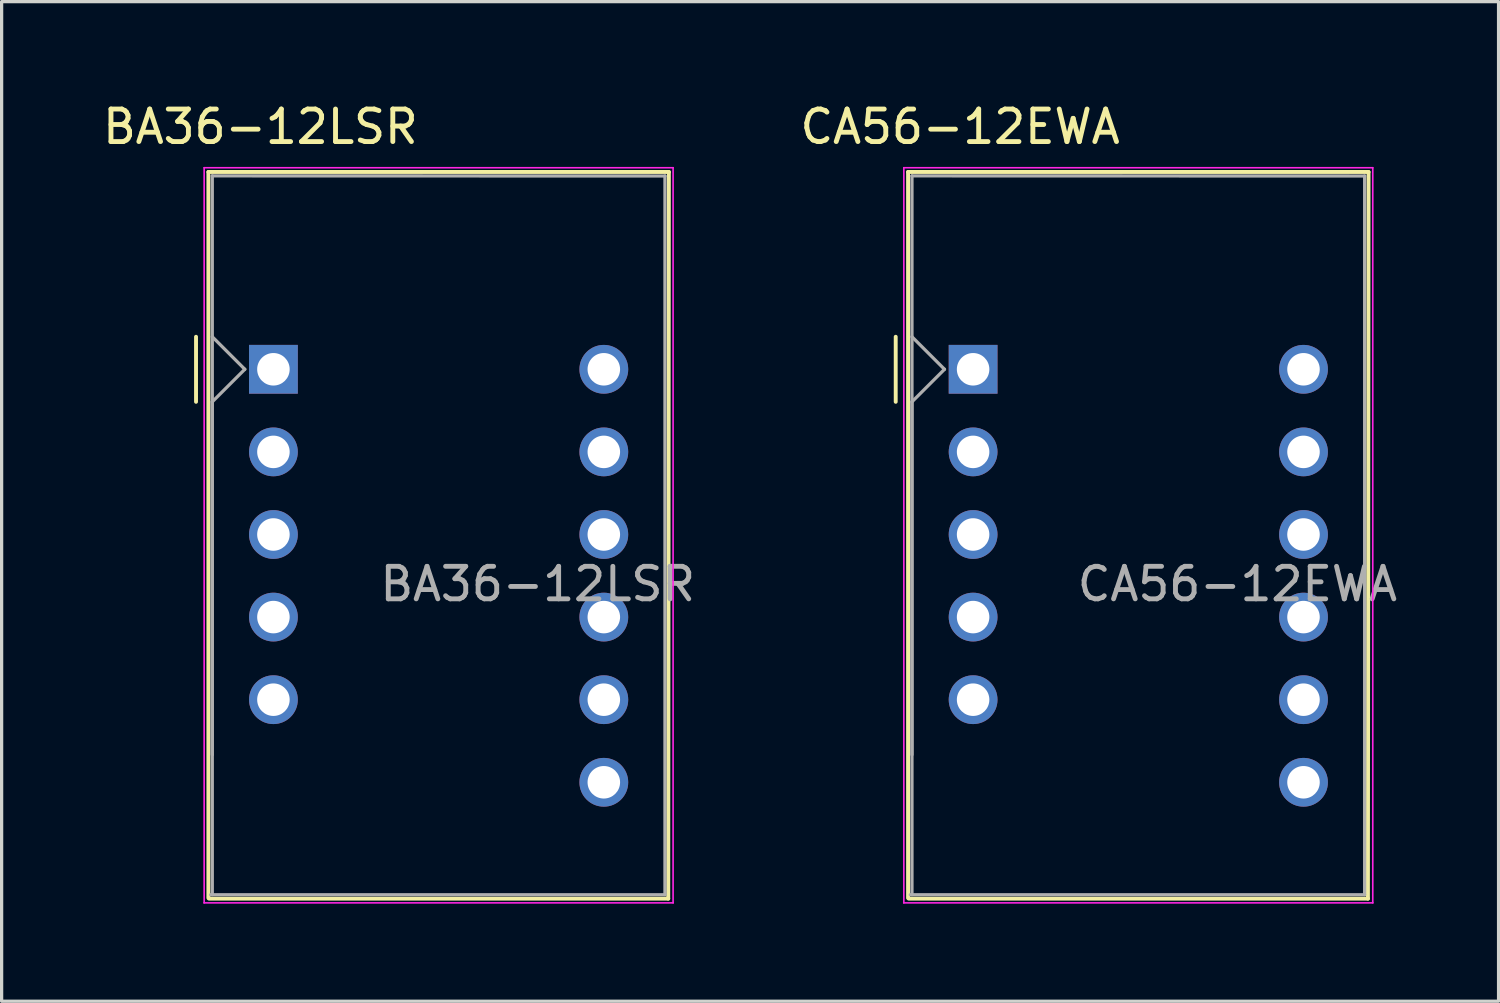
<source format=kicad_pcb>
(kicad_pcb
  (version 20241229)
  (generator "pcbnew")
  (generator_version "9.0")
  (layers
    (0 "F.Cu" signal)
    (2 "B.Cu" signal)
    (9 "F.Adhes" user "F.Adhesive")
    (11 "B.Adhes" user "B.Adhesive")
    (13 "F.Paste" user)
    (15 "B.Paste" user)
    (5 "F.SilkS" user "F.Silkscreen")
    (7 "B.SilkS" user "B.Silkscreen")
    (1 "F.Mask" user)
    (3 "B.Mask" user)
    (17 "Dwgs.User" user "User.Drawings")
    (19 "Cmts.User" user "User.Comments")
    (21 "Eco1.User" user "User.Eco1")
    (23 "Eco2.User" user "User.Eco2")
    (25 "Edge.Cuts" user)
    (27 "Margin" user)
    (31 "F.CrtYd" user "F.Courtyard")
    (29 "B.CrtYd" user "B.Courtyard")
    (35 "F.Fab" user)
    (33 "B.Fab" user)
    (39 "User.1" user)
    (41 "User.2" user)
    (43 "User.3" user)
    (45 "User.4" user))
  (footprint "BA36-12LSR"
    (layer "F.Cu")
    (at 5.358 8.306)
    (property "Reference" "BA36-12LSR" (at -0.4 -7.458 0) (layer "F.SilkS") (effects (font (size 1 1) (thickness 0.15))))
    (attr through_hole)
    (fp_line (start -2.38 -1) (end -2.38 1) (stroke (width 0.12) (type solid)) (layer "F.SilkS"))
    (fp_line (start -2 -6.068) (end -2 16.256) (stroke (width 0.12) (type solid)) (layer "F.SilkS"))
    (fp_line (start -2 -6.068) (end 12.16 -6.068) (stroke (width 0.12) (type solid)) (layer "F.SilkS"))
    (fp_line (start -1.981 16.278) (end 12.141 16.278) (stroke (width 0.12) (type solid)) (layer "F.SilkS"))
    (fp_line (start 12.141 16.278) (end 12.16 -6.068) (stroke (width 0.12) (type solid)) (layer "F.SilkS"))
    (fp_line (start -2.13 -6.198) (end 12.29 -6.198) (stroke (width 0.05) (type solid)) (layer "F.CrtYd"))
    (fp_line (start -2.13 16.408) (end -2.13 -6.198) (stroke (width 0.05) (type solid)) (layer "F.CrtYd"))
    (fp_line (start 12.29 -6.198) (end 12.29 16.408) (stroke (width 0.05) (type solid)) (layer "F.CrtYd"))
    (fp_line (start 12.294 16.408) (end -2.134 16.408) (stroke (width 0.05) (type solid)) (layer "F.CrtYd"))
    (fp_line (start -1.931 16.158) (end 12.04 16.158) (stroke (width 0.1) (type solid)) (layer "F.Fab"))
    (fp_line (start -1.88 -5.948) (end 12.04 -5.944) (stroke (width 0.1) (type solid)) (layer "F.Fab"))
    (fp_line (start -1.88 1) (end -1.88 16.154) (stroke (width 0.1) (type solid)) (layer "F.Fab"))
    (fp_line (start -1.88 1) (end -0.88 0) (stroke (width 0.1) (type solid)) (layer "F.Fab"))
    (fp_line (start -1.88 11.852) (end -1.88 -5.948) (stroke (width 0.1) (type solid)) (layer "F.Fab"))
    (fp_line (start -0.88 0) (end -1.88 -1) (stroke (width 0.1) (type solid)) (layer "F.Fab"))
    (fp_line (start 12.04 -5.944) (end 12.04 16.154) (stroke (width 0.1) (type solid)) (layer "F.Fab"))
    (fp_text user "${REFERENCE}" (at 8.128 6.604 0) (layer "F.Fab") (effects (font (size 1 1) (thickness 0.15))))
    (pad "1" thru_hole rect (at 0 0) (size 1.5 1.5) (drill 1) (layers "*.Cu" "*.Mask"))
    (pad "2" thru_hole circle (at 0 2.54) (size 1.5 1.5) (drill 1) (layers "*.Cu" "*.Mask"))
    (pad "3" thru_hole circle (at 0 5.08) (size 1.5 1.5) (drill 1) (layers "*.Cu" "*.Mask"))
    (pad "4" thru_hole circle (at 0 7.62) (size 1.5 1.5) (drill 1) (layers "*.Cu" "*.Mask"))
    (pad "5" thru_hole circle (at 0 10.16) (size 1.5 1.5) (drill 1) (layers "*.Cu" "*.Mask"))
    (pad "7" thru_hole circle (at 10.16 12.7) (size 1.5 1.5) (drill 1) (layers "*.Cu" "*.Mask"))
    (pad "8" thru_hole circle (at 10.16 10.16) (size 1.5 1.5) (drill 1) (layers "*.Cu" "*.Mask"))
    (pad "9" thru_hole circle (at 10.16 7.62) (size 1.5 1.5) (drill 1) (layers "*.Cu" "*.Mask"))
    (pad "10" thru_hole circle (at 10.16 5.08) (size 1.5 1.5) (drill 1) (layers "*.Cu" "*.Mask"))
    (pad "11" thru_hole circle (at 10.16 2.54) (size 1.5 1.5) (drill 1) (layers "*.Cu" "*.Mask"))
    (pad "12" thru_hole circle (at 10.16 0) (size 1.5 1.5) (drill 1) (layers "*.Cu" "*.Mask")))
  (footprint "CA56-12EWA"
    (layer "F.Cu")
    (at 26.874 8.306)
    (property "Reference" "CA56-12EWA" (at -0.4 -7.458 0) (layer "F.SilkS") (effects (font (size 1 1) (thickness 0.15))))
    (attr through_hole)
    (fp_line (start -2.38 -1) (end -2.38 1) (stroke (width 0.12) (type solid)) (layer "F.SilkS"))
    (fp_line (start -2 -6.068) (end -2 16.256) (stroke (width 0.12) (type solid)) (layer "F.SilkS"))
    (fp_line (start -2 -6.068) (end 12.16 -6.068) (stroke (width 0.12) (type solid)) (layer "F.SilkS"))
    (fp_line (start -1.981 16.278) (end 12.141 16.278) (stroke (width 0.12) (type solid)) (layer "F.SilkS"))
    (fp_line (start 12.141 16.278) (end 12.16 -6.068) (stroke (width 0.12) (type solid)) (layer "F.SilkS"))
    (fp_line (start -2.13 -6.198) (end 12.29 -6.198) (stroke (width 0.05) (type solid)) (layer "F.CrtYd"))
    (fp_line (start -2.13 16.408) (end -2.13 -6.198) (stroke (width 0.05) (type solid)) (layer "F.CrtYd"))
    (fp_line (start 12.29 -6.198) (end 12.29 16.408) (stroke (width 0.05) (type solid)) (layer "F.CrtYd"))
    (fp_line (start 12.294 16.408) (end -2.134 16.408) (stroke (width 0.05) (type solid)) (layer "F.CrtYd"))
    (fp_line (start -1.931 16.158) (end 12.04 16.158) (stroke (width 0.1) (type solid)) (layer "F.Fab"))
    (fp_line (start -1.88 -5.948) (end 12.04 -5.944) (stroke (width 0.1) (type solid)) (layer "F.Fab"))
    (fp_line (start -1.88 1) (end -1.88 16.154) (stroke (width 0.1) (type solid)) (layer "F.Fab"))
    (fp_line (start -1.88 1) (end -0.88 0) (stroke (width 0.1) (type solid)) (layer "F.Fab"))
    (fp_line (start -1.88 11.852) (end -1.88 -5.948) (stroke (width 0.1) (type solid)) (layer "F.Fab"))
    (fp_line (start -0.88 0) (end -1.88 -1) (stroke (width 0.1) (type solid)) (layer "F.Fab"))
    (fp_line (start 12.04 -5.944) (end 12.04 16.154) (stroke (width 0.1) (type solid)) (layer "F.Fab"))
    (fp_text user "${REFERENCE}" (at 8.128 6.604 0) (layer "F.Fab") (effects (font (size 1 1) (thickness 0.15))))
    (pad "1" thru_hole rect (at 0 0) (size 1.5 1.5) (drill 1) (layers "*.Cu" "*.Mask"))
    (pad "2" thru_hole circle (at 0 2.54) (size 1.5 1.5) (drill 1) (layers "*.Cu" "*.Mask"))
    (pad "3" thru_hole circle (at 0 5.08) (size 1.5 1.5) (drill 1) (layers "*.Cu" "*.Mask"))
    (pad "4" thru_hole circle (at 0 7.62) (size 1.5 1.5) (drill 1) (layers "*.Cu" "*.Mask"))
    (pad "5" thru_hole circle (at 0 10.16) (size 1.5 1.5) (drill 1) (layers "*.Cu" "*.Mask"))
    (pad "7" thru_hole circle (at 10.16 12.7) (size 1.5 1.5) (drill 1) (layers "*.Cu" "*.Mask"))
    (pad "8" thru_hole circle (at 10.16 10.16) (size 1.5 1.5) (drill 1) (layers "*.Cu" "*.Mask"))
    (pad "9" thru_hole circle (at 10.16 7.62) (size 1.5 1.5) (drill 1) (layers "*.Cu" "*.Mask"))
    (pad "10" thru_hole circle (at 10.16 5.08) (size 1.5 1.5) (drill 1) (layers "*.Cu" "*.Mask"))
    (pad "11" thru_hole circle (at 10.16 2.54) (size 1.5 1.5) (drill 1) (layers "*.Cu" "*.Mask"))
    (pad "12" thru_hole circle (at 10.16 0) (size 1.5 1.5) (drill 1) (layers "*.Cu" "*.Mask")))
  (gr_rect
    (start -3 -3)
    (end 43.032 27.739)
    (stroke (width 0.1) (type default))
    (fill no)
    (layer "Edge.Cuts")))
</source>
